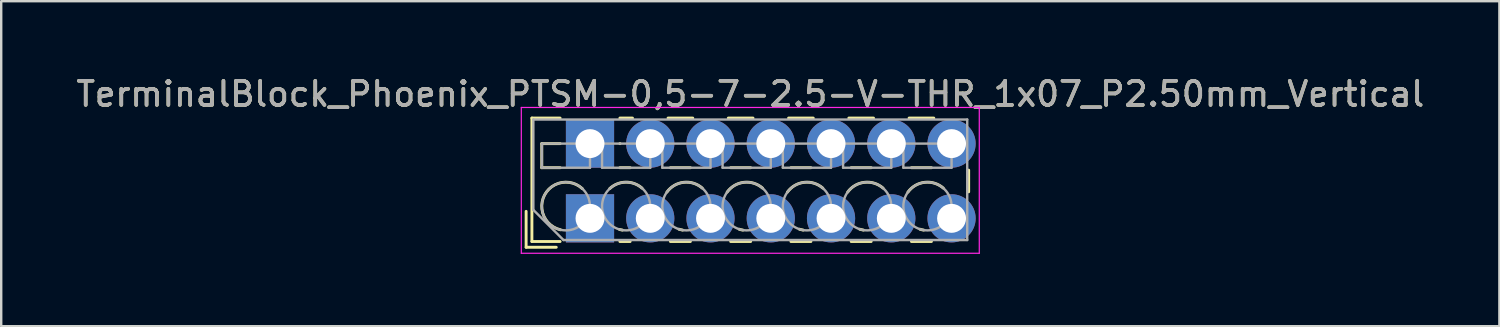
<source format=kicad_pcb>
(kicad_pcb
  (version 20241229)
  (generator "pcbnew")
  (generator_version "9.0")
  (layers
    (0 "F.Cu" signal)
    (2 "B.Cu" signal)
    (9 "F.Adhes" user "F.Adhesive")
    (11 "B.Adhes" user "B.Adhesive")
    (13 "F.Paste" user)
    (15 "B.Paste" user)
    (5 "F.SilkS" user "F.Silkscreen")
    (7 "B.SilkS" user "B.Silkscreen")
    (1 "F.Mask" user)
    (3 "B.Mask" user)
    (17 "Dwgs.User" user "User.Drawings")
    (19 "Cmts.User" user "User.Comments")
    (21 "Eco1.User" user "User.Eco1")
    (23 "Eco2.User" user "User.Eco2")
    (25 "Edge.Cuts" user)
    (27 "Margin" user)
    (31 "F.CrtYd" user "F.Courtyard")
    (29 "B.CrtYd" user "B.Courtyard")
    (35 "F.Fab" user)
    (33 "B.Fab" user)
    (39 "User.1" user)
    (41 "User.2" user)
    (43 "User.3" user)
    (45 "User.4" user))
  (footprint "TerminalBlock_Phoenix_PTSM-0,5-7-2.5-V-THR_1x07_P2.50mm_Vertical"
    (layer "F.Cu")
    (at 21.427 6.008)
    (property "Reference" "TerminalBlock_Phoenix_PTSM-0,5-7-2.5-V-THR_1x07_P2.50mm_Vertical" (at 6.65 -5.16 0) (layer "F.SilkS") (effects (font (size 1 1) (thickness 0.15))))
    (attr through_hole)
    (fp_line (start -2.65 -0.29) (end -2.65 1.2) (stroke (width 0.12) (type solid)) (layer "F.SilkS"))
    (fp_line (start -2.65 1.2) (end -1.4 1.2) (stroke (width 0.12) (type solid)) (layer "F.SilkS"))
    (fp_line (start -2.41 -4.16) (end -2.41 0.961) (stroke (width 0.12) (type solid)) (layer "F.SilkS"))
    (fp_line (start -2.41 -4.16) (end -1.24 -4.16) (stroke (width 0.12) (type solid)) (layer "F.SilkS"))
    (fp_line (start -2.41 0.961) (end -1.24 0.961) (stroke (width 0.12) (type solid)) (layer "F.SilkS"))
    (fp_line (start -2 -3.1) (end -2 -2.1) (stroke (width 0.12) (type solid)) (layer "F.SilkS"))
    (fp_line (start -2 -3.1) (end -1.24 -3.1) (stroke (width 0.12) (type solid)) (layer "F.SilkS"))
    (fp_line (start -2 -2.1) (end -1.24 -2.1) (stroke (width 0.12) (type solid)) (layer "F.SilkS"))
    (fp_line (start 1.24 -4.16) (end 1.763 -4.16) (stroke (width 0.12) (type solid)) (layer "F.SilkS"))
    (fp_line (start 1.24 -3.1) (end 1.245 -3.1) (stroke (width 0.12) (type solid)) (layer "F.SilkS"))
    (fp_line (start 1.24 -2.1) (end 1.665 -2.1) (stroke (width 0.12) (type solid)) (layer "F.SilkS"))
    (fp_line (start 1.24 0.961) (end 1.665 0.961) (stroke (width 0.12) (type solid)) (layer "F.SilkS"))
    (fp_line (start 3.238 -4.16) (end 4.263 -4.16) (stroke (width 0.12) (type solid)) (layer "F.SilkS"))
    (fp_line (start 3.336 -2.1) (end 4.165 -2.1) (stroke (width 0.12) (type solid)) (layer "F.SilkS"))
    (fp_line (start 3.336 0.961) (end 4.165 0.961) (stroke (width 0.12) (type solid)) (layer "F.SilkS"))
    (fp_line (start 5.738 -4.16) (end 6.763 -4.16) (stroke (width 0.12) (type solid)) (layer "F.SilkS"))
    (fp_line (start 5.836 -2.1) (end 6.665 -2.1) (stroke (width 0.12) (type solid)) (layer "F.SilkS"))
    (fp_line (start 5.836 0.961) (end 6.665 0.961) (stroke (width 0.12) (type solid)) (layer "F.SilkS"))
    (fp_line (start 8.238 -4.16) (end 9.263 -4.16) (stroke (width 0.12) (type solid)) (layer "F.SilkS"))
    (fp_line (start 8.336 -2.1) (end 9.165 -2.1) (stroke (width 0.12) (type solid)) (layer "F.SilkS"))
    (fp_line (start 8.336 0.961) (end 9.165 0.961) (stroke (width 0.12) (type solid)) (layer "F.SilkS"))
    (fp_line (start 10.738 -4.16) (end 11.763 -4.16) (stroke (width 0.12) (type solid)) (layer "F.SilkS"))
    (fp_line (start 10.836 -2.1) (end 11.665 -2.1) (stroke (width 0.12) (type solid)) (layer "F.SilkS"))
    (fp_line (start 10.836 0.961) (end 11.665 0.961) (stroke (width 0.12) (type solid)) (layer "F.SilkS"))
    (fp_line (start 13.238 -4.16) (end 14.263 -4.16) (stroke (width 0.12) (type solid)) (layer "F.SilkS"))
    (fp_line (start 13.336 -2.1) (end 14.165 -2.1) (stroke (width 0.12) (type solid)) (layer "F.SilkS"))
    (fp_line (start 13.336 0.961) (end 14.165 0.961) (stroke (width 0.12) (type solid)) (layer "F.SilkS"))
    (fp_line (start 15.71 -2) (end 15.71 -1.1) (stroke (width 0.12) (type solid)) (layer "F.SilkS"))
    (fp_arc (start -1.224629 0.474931) (mid -1.883573 -0.969306) (end -0.318 -1.232) (stroke (width 0.12) (type solid)) (layer "F.SilkS"))
    (fp_arc (start 0.817811 -1.23232) (mid 1.483053 -1.500693) (end 2.157 -1.255) (stroke (width 0.12) (type solid)) (layer "F.SilkS"))
    (fp_arc (start 1.344288 0.488343) (mid 1.284242 0.476994) (end 1.225 0.462) (stroke (width 0.12) (type solid)) (layer "F.SilkS"))
    (fp_arc (start 3.190612 -1.088697) (mid 3.887218 -1.494461) (end 4.657 -1.255) (stroke (width 0.12) (type solid)) (layer "F.SilkS"))
    (fp_arc (start 3.84373 0.488618) (mid 3.766646 0.47331) (end 3.691 0.452) (stroke (width 0.12) (type solid)) (layer "F.SilkS"))
    (fp_arc (start 5.690612 -1.088697) (mid 6.387218 -1.494461) (end 7.157 -1.255) (stroke (width 0.12) (type solid)) (layer "F.SilkS"))
    (fp_arc (start 6.34373 0.488618) (mid 6.266646 0.47331) (end 6.191 0.452) (stroke (width 0.12) (type solid)) (layer "F.SilkS"))
    (fp_arc (start 8.190612 -1.088697) (mid 8.887218 -1.494461) (end 9.657 -1.255) (stroke (width 0.12) (type solid)) (layer "F.SilkS"))
    (fp_arc (start 8.84373 0.488618) (mid 8.766646 0.47331) (end 8.691 0.452) (stroke (width 0.12) (type solid)) (layer "F.SilkS"))
    (fp_arc (start 10.690612 -1.088697) (mid 11.387218 -1.494461) (end 12.157 -1.255) (stroke (width 0.12) (type solid)) (layer "F.SilkS"))
    (fp_arc (start 11.34373 0.488618) (mid 11.266646 0.47331) (end 11.191 0.452) (stroke (width 0.12) (type solid)) (layer "F.SilkS"))
    (fp_arc (start 13.190612 -1.088697) (mid 13.887218 -1.494461) (end 14.657 -1.255) (stroke (width 0.12) (type solid)) (layer "F.SilkS"))
    (fp_arc (start 13.84373 0.488618) (mid 13.766646 0.47331) (end 13.691 0.452) (stroke (width 0.12) (type solid)) (layer "F.SilkS"))
    (fp_line (start -2.85 -4.6) (end -2.85 1.45) (stroke (width 0.05) (type solid)) (layer "F.CrtYd"))
    (fp_line (start -2.85 1.45) (end 16.15 1.45) (stroke (width 0.05) (type solid)) (layer "F.CrtYd"))
    (fp_line (start 16.15 -4.6) (end -2.85 -4.6) (stroke (width 0.05) (type solid)) (layer "F.CrtYd"))
    (fp_line (start 16.15 1.45) (end 16.15 -4.6) (stroke (width 0.05) (type solid)) (layer "F.CrtYd"))
    (fp_line (start -2.35 -4.1) (end 15.65 -4.1) (stroke (width 0.1) (type solid)) (layer "F.Fab"))
    (fp_line (start -2.35 -0.35) (end -2.35 -4.1) (stroke (width 0.1) (type solid)) (layer "F.Fab"))
    (fp_line (start -2 -3.1) (end -2 -2.1) (stroke (width 0.1) (type solid)) (layer "F.Fab"))
    (fp_line (start -2 -2.1) (end 0 -2.1) (stroke (width 0.1) (type solid)) (layer "F.Fab"))
    (fp_line (start -1.1 0.9) (end -2.35 -0.35) (stroke (width 0.1) (type solid)) (layer "F.Fab"))
    (fp_line (start 0 -3.1) (end -2 -3.1) (stroke (width 0.1) (type solid)) (layer "F.Fab"))
    (fp_line (start 0 -2.1) (end 0 -3.1) (stroke (width 0.1) (type solid)) (layer "F.Fab"))
    (fp_line (start 0.5 -3.1) (end 0.5 -2.1) (stroke (width 0.1) (type solid)) (layer "F.Fab"))
    (fp_line (start 0.5 -2.1) (end 2.5 -2.1) (stroke (width 0.1) (type solid)) (layer "F.Fab"))
    (fp_line (start 2.5 -3.1) (end 0.5 -3.1) (stroke (width 0.1) (type solid)) (layer "F.Fab"))
    (fp_line (start 2.5 -2.1) (end 2.5 -3.1) (stroke (width 0.1) (type solid)) (layer "F.Fab"))
    (fp_line (start 3 -3.1) (end 3 -2.1) (stroke (width 0.1) (type solid)) (layer "F.Fab"))
    (fp_line (start 3 -2.1) (end 5 -2.1) (stroke (width 0.1) (type solid)) (layer "F.Fab"))
    (fp_line (start 5 -3.1) (end 3 -3.1) (stroke (width 0.1) (type solid)) (layer "F.Fab"))
    (fp_line (start 5 -2.1) (end 5 -3.1) (stroke (width 0.1) (type solid)) (layer "F.Fab"))
    (fp_line (start 5.5 -3.1) (end 5.5 -2.1) (stroke (width 0.1) (type solid)) (layer "F.Fab"))
    (fp_line (start 5.5 -2.1) (end 7.5 -2.1) (stroke (width 0.1) (type solid)) (layer "F.Fab"))
    (fp_line (start 7.5 -3.1) (end 5.5 -3.1) (stroke (width 0.1) (type solid)) (layer "F.Fab"))
    (fp_line (start 7.5 -2.1) (end 7.5 -3.1) (stroke (width 0.1) (type solid)) (layer "F.Fab"))
    (fp_line (start 8 -3.1) (end 8 -2.1) (stroke (width 0.1) (type solid)) (layer "F.Fab"))
    (fp_line (start 8 -2.1) (end 10 -2.1) (stroke (width 0.1) (type solid)) (layer "F.Fab"))
    (fp_line (start 10 -3.1) (end 8 -3.1) (stroke (width 0.1) (type solid)) (layer "F.Fab"))
    (fp_line (start 10 -2.1) (end 10 -3.1) (stroke (width 0.1) (type solid)) (layer "F.Fab"))
    (fp_line (start 10.5 -3.1) (end 10.5 -2.1) (stroke (width 0.1) (type solid)) (layer "F.Fab"))
    (fp_line (start 10.5 -2.1) (end 12.5 -2.1) (stroke (width 0.1) (type solid)) (layer "F.Fab"))
    (fp_line (start 12.5 -3.1) (end 10.5 -3.1) (stroke (width 0.1) (type solid)) (layer "F.Fab"))
    (fp_line (start 12.5 -2.1) (end 12.5 -3.1) (stroke (width 0.1) (type solid)) (layer "F.Fab"))
    (fp_line (start 13 -3.1) (end 13 -2.1) (stroke (width 0.1) (type solid)) (layer "F.Fab"))
    (fp_line (start 13 -2.1) (end 15 -2.1) (stroke (width 0.1) (type solid)) (layer "F.Fab"))
    (fp_line (start 15 -3.1) (end 13 -3.1) (stroke (width 0.1) (type solid)) (layer "F.Fab"))
    (fp_line (start 15 -2.1) (end 15 -3.1) (stroke (width 0.1) (type solid)) (layer "F.Fab"))
    (fp_line (start 15.65 -4.1) (end 15.65 0.9) (stroke (width 0.1) (type solid)) (layer "F.Fab"))
    (fp_line (start 15.65 0.9) (end -1.1 0.9) (stroke (width 0.1) (type solid)) (layer "F.Fab"))
    (fp_circle (center -1 -0.5) (end 0 -0.5) (stroke (width 0.1) (type solid)) (fill no) (layer "F.Fab"))
    (fp_circle (center 1.5 -0.5) (end 2.5 -0.5) (stroke (width 0.1) (type solid)) (fill no) (layer "F.Fab"))
    (fp_circle (center 4 -0.5) (end 5 -0.5) (stroke (width 0.1) (type solid)) (fill no) (layer "F.Fab"))
    (fp_circle (center 6.5 -0.5) (end 7.5 -0.5) (stroke (width 0.1) (type solid)) (fill no) (layer "F.Fab"))
    (fp_circle (center 9 -0.5) (end 10 -0.5) (stroke (width 0.1) (type solid)) (fill no) (layer "F.Fab"))
    (fp_circle (center 11.5 -0.5) (end 12.5 -0.5) (stroke (width 0.1) (type solid)) (fill no) (layer "F.Fab"))
    (fp_circle (center 14 -0.5) (end 15 -0.5) (stroke (width 0.1) (type solid)) (fill no) (layer "F.Fab"))
    (fp_text user "${REFERENCE}" (at 6.65 -5.16 0) (layer "F.Fab") (effects (font (size 1 1) (thickness 0.15))))
    (pad "1" thru_hole rect (at 0 -3.1) (size 2 2) (drill 1.2) (layers "*.Cu" "*.Mask"))
    (pad "1" thru_hole rect (at 0 0) (size 2 2) (drill 1.2) (layers "*.Cu" "*.Mask"))
    (pad "2" thru_hole circle (at 2.5 -3.1) (size 2 2) (drill 1.2) (layers "*.Cu" "*.Mask"))
    (pad "2" thru_hole circle (at 2.5 0) (size 2 2) (drill 1.2) (layers "*.Cu" "*.Mask"))
    (pad "3" thru_hole circle (at 5 -3.1) (size 2 2) (drill 1.2) (layers "*.Cu" "*.Mask"))
    (pad "3" thru_hole circle (at 5 0) (size 2 2) (drill 1.2) (layers "*.Cu" "*.Mask"))
    (pad "4" thru_hole circle (at 7.5 -3.1) (size 2 2) (drill 1.2) (layers "*.Cu" "*.Mask"))
    (pad "4" thru_hole circle (at 7.5 0) (size 2 2) (drill 1.2) (layers "*.Cu" "*.Mask"))
    (pad "5" thru_hole circle (at 10 -3.1) (size 2 2) (drill 1.2) (layers "*.Cu" "*.Mask"))
    (pad "5" thru_hole circle (at 10 0) (size 2 2) (drill 1.2) (layers "*.Cu" "*.Mask"))
    (pad "6" thru_hole circle (at 12.5 -3.1) (size 2 2) (drill 1.2) (layers "*.Cu" "*.Mask"))
    (pad "6" thru_hole circle (at 12.5 0) (size 2 2) (drill 1.2) (layers "*.Cu" "*.Mask"))
    (pad "7" thru_hole circle (at 15 -3.1) (size 2 2) (drill 1.2) (layers "*.Cu" "*.Mask"))
    (pad "7" thru_hole circle (at 15 0) (size 2 2) (drill 1.2) (layers "*.Cu" "*.Mask")))
  (gr_rect
    (start -3 -3)
    (end 59.155 10.483)
    (stroke (width 0.1) (type default))
    (fill no)
    (layer "Edge.Cuts")))
</source>
